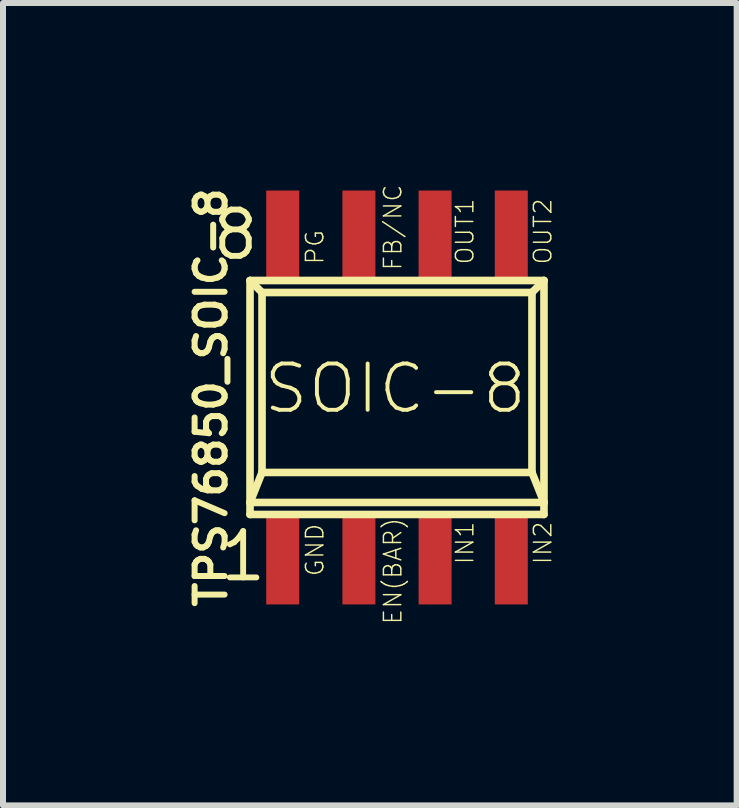
<source format=kicad_pcb>
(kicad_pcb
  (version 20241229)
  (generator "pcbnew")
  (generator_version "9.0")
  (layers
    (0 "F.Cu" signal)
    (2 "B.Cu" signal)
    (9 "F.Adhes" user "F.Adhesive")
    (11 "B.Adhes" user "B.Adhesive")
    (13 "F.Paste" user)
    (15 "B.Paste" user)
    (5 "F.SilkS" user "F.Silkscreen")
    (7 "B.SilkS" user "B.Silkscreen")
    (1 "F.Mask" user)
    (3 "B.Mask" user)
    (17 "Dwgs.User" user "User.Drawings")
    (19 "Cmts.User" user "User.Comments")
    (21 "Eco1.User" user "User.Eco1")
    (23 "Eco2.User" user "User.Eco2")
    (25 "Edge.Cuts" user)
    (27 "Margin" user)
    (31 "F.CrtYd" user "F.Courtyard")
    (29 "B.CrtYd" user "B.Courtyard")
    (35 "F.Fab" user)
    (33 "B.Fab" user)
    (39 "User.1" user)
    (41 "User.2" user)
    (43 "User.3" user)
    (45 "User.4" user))
  (footprint "TPS76850_SOIC-8"
    (layer "F.Cu")
    (at 3.568 3.576)
    (property "Reference" "TPS76850_SOIC-8" (at -3.1 0 90) (layer "F.SilkS") (effects (font (size 0.5 0.5) (thickness 0.1))))
    (attr through_hole)
    (fp_line (start -2.45 -1.95) (end -2.45 1.75) (stroke (width 0.127) (type solid)) (layer "F.SilkS"))
    (fp_line (start -2.45 -1.95) (end -2.25 -1.75) (stroke (width 0.127) (type solid)) (layer "F.SilkS"))
    (fp_line (start -2.45 1.75) (end -2.45 1.95) (stroke (width 0.127) (type solid)) (layer "F.SilkS"))
    (fp_line (start -2.45 1.75) (end -2.25 1.25) (stroke (width 0.127) (type solid)) (layer "F.SilkS"))
    (fp_line (start -2.45 1.95) (end 2.45 1.95) (stroke (width 0.127) (type solid)) (layer "F.SilkS"))
    (fp_line (start -2.25 -1.75) (end -2.25 1.25) (stroke (width 0.127) (type solid)) (layer "F.SilkS"))
    (fp_line (start -2.25 -1.75) (end 2.25 -1.75) (stroke (width 0.127) (type solid)) (layer "F.SilkS"))
    (fp_line (start -2.25 1.25) (end 2.25 1.25) (stroke (width 0.127) (type solid)) (layer "F.SilkS"))
    (fp_line (start 2.25 -1.75) (end 2.25 1.25) (stroke (width 0.127) (type solid)) (layer "F.SilkS"))
    (fp_line (start 2.25 1.25) (end 2.45 1.75) (stroke (width 0.127) (type solid)) (layer "F.SilkS"))
    (fp_line (start 2.45 -1.95) (end -2.45 -1.95) (stroke (width 0.127) (type solid)) (layer "F.SilkS"))
    (fp_line (start 2.45 -1.95) (end 2.25 -1.75) (stroke (width 0.127) (type solid)) (layer "F.SilkS"))
    (fp_line (start 2.45 1.75) (end -2.45 1.75) (stroke (width 0.127) (type solid)) (layer "F.SilkS"))
    (fp_line (start 2.45 1.75) (end 2.45 -1.95) (stroke (width 0.127) (type solid)) (layer "F.SilkS"))
    (fp_line (start 2.45 1.95) (end 2.45 1.75) (stroke (width 0.127) (type solid)) (layer "F.SilkS"))
    (fp_text user "PG" (at -1.2 -2.2 90) (layer "F.SilkS") (effects (font (size 0.29 0.29) (thickness 0.024)) (justify left bottom)))
    (fp_text user "OUT2" (at 2.6 -2.2 90) (layer "F.SilkS") (effects (font (size 0.29 0.29) (thickness 0.024)) (justify left bottom)))
    (fp_text user "SOIC-8" (at 2.2 -0.6 0) (layer "F.SilkS") (effects (font (size 0.772 0.772) (thickness 0.065)) (justify right top)))
    (fp_text user "IN2" (at 2.6 2.8 90) (layer "F.SilkS") (effects (font (size 0.29 0.29) (thickness 0.024)) (justify left bottom)))
    (fp_text user "8" (at -3.124 -2.261 0) (layer "F.SilkS") (effects (font (size 0.772 0.772) (thickness 0.098)) (justify left bottom)))
    (fp_text user "FB/NC" (at 0.1 -2.1 90) (layer "F.SilkS") (effects (font (size 0.29 0.29) (thickness 0.024)) (justify left bottom)))
    (fp_text user "1" (at -2.997 3.099 0) (layer "F.SilkS") (effects (font (size 0.772 0.772) (thickness 0.098)) (justify left bottom)))
    (fp_text user "OUT1" (at 1.3 -2.2 90) (layer "F.SilkS") (effects (font (size 0.29 0.29) (thickness 0.024)) (justify left bottom)))
    (fp_text user "EN(BAR)" (at 0.1 3.8 90) (layer "F.SilkS") (effects (font (size 0.29 0.29) (thickness 0.024)) (justify left bottom)))
    (fp_text user "GND" (at -1.2 3 90) (layer "F.SilkS") (effects (font (size 0.29 0.29) (thickness 0.024)) (justify left bottom)))
    (fp_text user "IN1" (at 1.3 2.8 90) (layer "F.SilkS") (effects (font (size 0.29 0.29) (thickness 0.024)) (justify left bottom)))
    (pad "1" smd rect (at -1.905 2.7 90) (size 1.5 0.55) (layers "F.Cu" "F.Mask" "F.Paste"))
    (pad "2" smd rect (at -0.635 2.7 90) (size 1.5 0.55) (layers "F.Cu" "F.Mask" "F.Paste"))
    (pad "3" smd rect (at 0.635 2.7 90) (size 1.5 0.55) (layers "F.Cu" "F.Mask" "F.Paste"))
    (pad "4" smd rect (at 1.905 2.7 90) (size 1.5 0.55) (layers "F.Cu" "F.Mask" "F.Paste"))
    (pad "5" smd rect (at 1.905 -2.7 90) (size 1.5 0.55) (layers "F.Cu" "F.Mask" "F.Paste"))
    (pad "6" smd rect (at 0.635 -2.7 90) (size 1.5 0.55) (layers "F.Cu" "F.Mask" "F.Paste"))
    (pad "7" smd rect (at -0.635 -2.7 90) (size 1.5 0.55) (layers "F.Cu" "F.Mask" "F.Paste"))
    (pad "8" smd rect (at -1.905 -2.7 90) (size 1.5 0.55) (layers "F.Cu" "F.Mask" "F.Paste")))
  (gr_rect
    (start -3 -3)
    (end 9.23 10.376)
    (stroke (width 0.1) (type default))
    (fill no)
    (layer "Edge.Cuts")))
</source>
